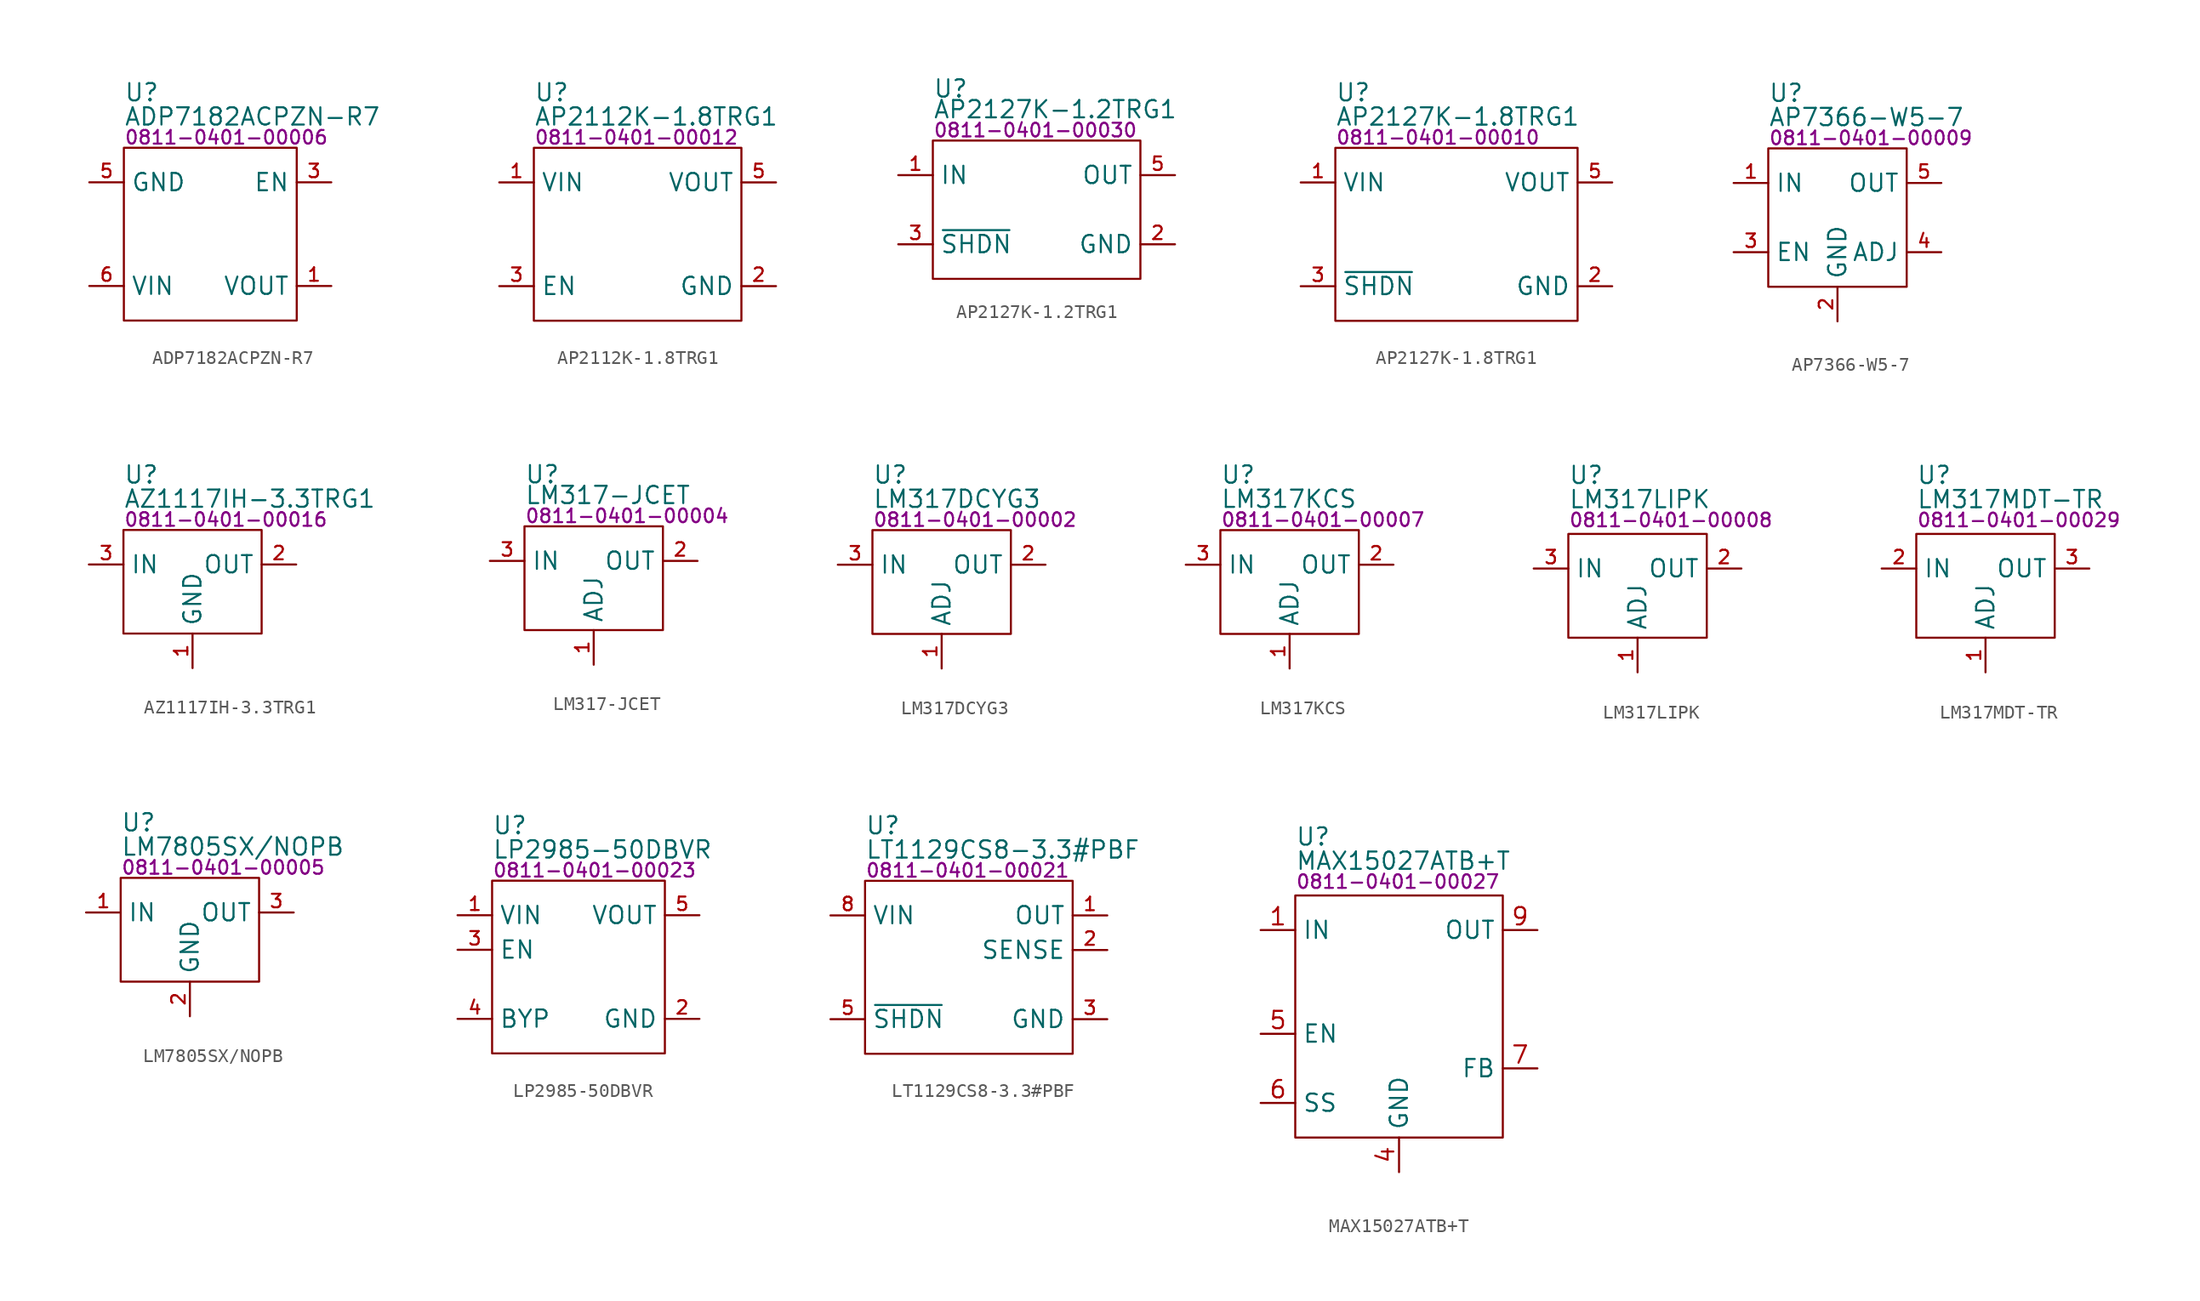
<source format=kicad_sym>
(kicad_symbol_lib
  (version 20231120)
  (generator "kicad_symbol_editor")
  (generator_version "8.0")
  (symbol "ADP7182ACPZN-R7"
    (property "Reference" "U"
      (at 0 4.064 0)
      (effects (font (size 1.27 1.27)) (justify left)))
    (property "Value" "ADP7182ACPZN-R7"
      (at 0 2.286 0)
      (effects (font (size 1.27 1.27)) (justify left)))
    (property "PartNumber" "0811-0401-00006"
      (at 0 0.762 0)
      (effects (font (size 1 1)) (justify left)))
    (symbol "ADP7182ACPZN-R7_0_0"
      (pin power_out line (at 15.24 -10.16 180) (length 2.54) (name "VOUT" (effects (font (size 1.27 1.27)))) (number "1" (effects (font (size 0.991 0.991)))))
      (pin no_connect line (at 5.08 -5.08 0) (length 2.54) hide (name "NC" (effects (font (size 1.27 1.27)))) (number "2" (effects (font (size 0.991 0.991)))))
      (pin input line (at 15.24 -2.54 180) (length 2.54) (name "EN" (effects (font (size 1.27 1.27)))) (number "3" (effects (font (size 0.991 0.991)))))
      (pin no_connect line (at 5.08 -6.35 0) (length 2.54) hide (name "NC" (effects (font (size 1.27 1.27)))) (number "4" (effects (font (size 0.991 0.991)))))
      (pin power_in line (at -2.54 -2.54 0) (length 2.54) (name "GND" (effects (font (size 1.27 1.27)))) (number "5" (effects (font (size 0.991 0.991)))))
      (pin power_out line (at -2.54 -10.16 0) (length 2.54) (name "VIN" (effects (font (size 1.27 1.27)))) (number "6" (effects (font (size 0.991 0.991)))))
      (pin power_out line (at -2.54 -10.16 0) (length 2.54) hide (name "VIN" (effects (font (size 1.27 1.27)))) (number "7" (effects (font (size 0.991 0.991))))))
    (symbol "ADP7182ACPZN-R7_0_1"
      (rectangle (start 0 0) (end 12.7 -12.7) (stroke (width 0) (type default)) (fill (type none)))))
  (symbol "AP2112K-1.8TRG1"
    (property "Reference" "U"
      (at 0 4.064 0)
      (effects (font (size 1.27 1.27)) (justify left)))
    (property "Value" "AP2112K-1.8TRG1"
      (at 0 2.286 0)
      (effects (font (size 1.27 1.27)) (justify left)))
    (property "PartNumber" "0811-0401-00012"
      (at 0 0.762 0)
      (effects (font (size 1 1)) (justify left)))
    (symbol "AP2112K-1.8TRG1_0_0"
      (pin power_in line (at -2.54 -2.54 0) (length 2.54) (name "VIN" (effects (font (size 1.27 1.27)))) (number "1" (effects (font (size 0.991 0.991)))))
      (pin power_in line (at 17.78 -10.16 180) (length 2.54) (name "GND" (effects (font (size 1.27 1.27)))) (number "2" (effects (font (size 0.991 0.991)))))
      (pin input line (at -2.54 -10.16 0) (length 2.54) (name "EN" (effects (font (size 1.27 1.27)))) (number "3" (effects (font (size 0.991 0.991)))))
      (pin no_connect line (at 3.81 -5.08 0) (length 2.54) hide (name "NC" (effects (font (size 1.27 1.27)))) (number "4" (effects (font (size 0.991 0.991)))))
      (pin power_out line (at 17.78 -2.54 180) (length 2.54) (name "VOUT" (effects (font (size 1.27 1.27)))) (number "5" (effects (font (size 0.991 0.991))))))
    (symbol "AP2112K-1.8TRG1_0_1"
      (rectangle (start 0 0) (end 15.24 -12.7) (stroke (width 0) (type default)) (fill (type none)))))
  (symbol "AP2127K-1.2TRG1"
    (property "Reference" "U"
      (at 0 3.81 0)
      (effects (font (size 1.27 1.27)) (justify left)))
    (property "Value" "AP2127K-1.2TRG1"
      (at 0 2.286 0)
      (effects (font (size 1.27 1.27)) (justify left)))
    (property "PartNumber" "0811-0401-00030"
      (at 0 0.762 0)
      (effects (font (size 1 1)) (justify left)))
    (symbol "AP2127K-1.2TRG1_0_0"
      (pin power_in line (at -2.54 -2.54 0) (length 2.54) (name "IN" (effects (font (size 1.27 1.27)))) (number "1" (effects (font (size 0.991 0.991)))))
      (pin power_in line (at 17.78 -7.62 180) (length 2.54) (name "GND" (effects (font (size 1.27 1.27)))) (number "2" (effects (font (size 0.991 0.991)))))
      (pin input line (at -2.54 -7.62 0) (length 2.54) (name "~{SHDN}" (effects (font (size 1.27 1.27)))) (number "3" (effects (font (size 0.991 0.991)))))
      (pin no_connect line (at 5.08 -5.08 0) (length 2.54) hide (name "NC" (effects (font (size 1.27 1.27)))) (number "4" (effects (font (size 0.991 0.991)))))
      (pin power_out line (at 17.78 -2.54 180) (length 2.54) (name "OUT" (effects (font (size 1.27 1.27)))) (number "5" (effects (font (size 0.991 0.991))))))
    (symbol "AP2127K-1.2TRG1_0_1"
      (rectangle (start 0 0) (end 15.24 -10.16) (stroke (width 0) (type default)) (fill (type none)))))
  (symbol "AP2127K-1.8TRG1"
    (property "Reference" "U"
      (at 0 4.064 0)
      (effects (font (size 1.27 1.27)) (justify left)))
    (property "Value" "AP2127K-1.8TRG1"
      (at 0 2.286 0)
      (effects (font (size 1.27 1.27)) (justify left)))
    (property "PartNumber" "0811-0401-00010"
      (at 0 0.762 0)
      (effects (font (size 1 1)) (justify left)))
    (symbol "AP2127K-1.8TRG1_0_0"
      (pin power_in line (at -2.54 -2.54 0) (length 2.54) (name "VIN" (effects (font (size 1.27 1.27)))) (number "1" (effects (font (size 0.991 0.991)))))
      (pin power_in line (at 20.32 -10.16 180) (length 2.54) (name "GND" (effects (font (size 1.27 1.27)))) (number "2" (effects (font (size 0.991 0.991)))))
      (pin input line (at -2.54 -10.16 0) (length 2.54) (name "~{SHDN}" (effects (font (size 1.27 1.27)))) (number "3" (effects (font (size 0.991 0.991)))))
      (pin no_connect line (at 5.08 -6.35 0) (length 2.54) hide (name "NC" (effects (font (size 1.27 1.27)))) (number "4" (effects (font (size 0.991 0.991)))))
      (pin power_out line (at 20.32 -2.54 180) (length 2.54) (name "VOUT" (effects (font (size 1.27 1.27)))) (number "5" (effects (font (size 0.991 0.991))))))
    (symbol "AP2127K-1.8TRG1_0_1"
      (rectangle (start 0 0) (end 17.78 -12.7) (stroke (width 0) (type default)) (fill (type none)))))
  (symbol "AP7366-W5-7"
    (property "Reference" "U"
      (at 0 4.064 0)
      (effects (font (size 1.27 1.27)) (justify left)))
    (property "Value" "AP7366-W5-7"
      (at 0 2.286 0)
      (effects (font (size 1.27 1.27)) (justify left)))
    (property "PartNumber" "0811-0401-00009"
      (at 0 0.762 0)
      (effects (font (size 1 1)) (justify left)))
    (symbol "AP7366-W5-7_0_0"
      (pin power_in line (at -2.54 -2.54 0) (length 2.54) (name "IN" (effects (font (size 1.27 1.27)))) (number "1" (effects (font (size 0.991 0.991)))))
      (pin power_in line (at 5.08 -12.7 90) (length 2.54) (name "GND" (effects (font (size 1.27 1.27)))) (number "2" (effects (font (size 0.991 0.991)))))
      (pin input line (at -2.54 -7.62 0) (length 2.54) (name "EN" (effects (font (size 1.27 1.27)))) (number "3" (effects (font (size 0.991 0.991)))))
      (pin input line (at 12.7 -7.62 180) (length 2.54) (name "ADJ" (effects (font (size 1.27 1.27)))) (number "4" (effects (font (size 0.991 0.991)))))
      (pin power_out line (at 12.7 -2.54 180) (length 2.54) (name "OUT" (effects (font (size 1.27 1.27)))) (number "5" (effects (font (size 0.991 0.991))))))
    (symbol "AP7366-W5-7_0_1"
      (rectangle (start 0 0) (end 10.16 -10.16) (stroke (width 0) (type default)) (fill (type none)))))
  (symbol "AZ1117IH-3.3TRG1"
    (property "Reference" "U"
      (at 0 4.064 0)
      (effects (font (size 1.27 1.27)) (justify left)))
    (property "Value" "AZ1117IH-3.3TRG1"
      (at 0 2.286 0)
      (effects (font (size 1.27 1.27)) (justify left)))
    (property "PartNumber" "0811-0401-00016"
      (at 0 0.762 0)
      (effects (font (size 1 1)) (justify left)))
    (symbol "AZ1117IH-3.3TRG1_0_0"
      (pin power_in line (at 5.08 -10.16 90) (length 2.54) (name "GND" (effects (font (size 1.27 1.27)))) (number "1" (effects (font (size 0.991 0.991)))))
      (pin power_out line (at 12.7 -2.54 180) (length 2.54) (name "OUT" (effects (font (size 1.27 1.27)))) (number "2" (effects (font (size 0.991 0.991)))))
      (pin power_in line (at -2.54 -2.54 0) (length 2.54) (name "IN" (effects (font (size 1.27 1.27)))) (number "3" (effects (font (size 0.991 0.991))))))
    (symbol "AZ1117IH-3.3TRG1_0_1"
      (rectangle (start 0 0) (end 10.16 -7.62) (stroke (width 0) (type default)) (fill (type none))))
    (symbol "AZ1117IH-3.3TRG1_1_0"
      (pin power_out line (at 12.7 -2.54 180) (length 2.54) hide (name "OUT" (effects (font (size 1.27 1.27)))) (number "4" (effects (font (size 0.991 0.991)))))))
  (symbol "LM317-JCET"
    (property "Reference" "U"
      (at 0 3.81 0)
      (effects (font (size 1.27 1.27)) (justify left)))
    (property "Value" "LM317-JCET"
      (at 0 2.286 0)
      (effects (font (size 1.27 1.27)) (justify left)))
    (property "PartNumber" "0811-0401-00004"
      (at 0 0.762 0)
      (effects (font (size 1 1)) (justify left)))
    (symbol "LM317-JCET_0_0"
      (pin input line (at 5.08 -10.16 90) (length 2.54) (name "ADJ" (effects (font (size 1.27 1.27)))) (number "1" (effects (font (size 0.991 0.991)))))
      (pin power_out line (at 12.7 -2.54 180) (length 2.54) (name "OUT" (effects (font (size 1.27 1.27)))) (number "2" (effects (font (size 0.991 0.991)))))
      (pin power_in line (at -2.54 -2.54 0) (length 2.54) (name "IN" (effects (font (size 1.27 1.27)))) (number "3" (effects (font (size 0.991 0.991)))))
      (pin power_out line (at 12.7 -2.54 180) (length 2.54) hide (name "OUT" (effects (font (size 1.27 1.27)))) (number "4" (effects (font (size 0.991 0.991))))))
    (symbol "LM317-JCET_0_1"
      (rectangle (start 0 0) (end 10.16 -7.62) (stroke (width 0) (type default)) (fill (type none)))))
  (symbol "LM317DCYG3"
    (property "Reference" "U"
      (at 0 4.064 0)
      (effects (font (size 1.27 1.27)) (justify left)))
    (property "Value" "LM317DCYG3"
      (at 0 2.286 0)
      (effects (font (size 1.27 1.27)) (justify left)))
    (property "PartNumber" "0811-0401-00002"
      (at 0 0.762 0)
      (effects (font (size 1 1)) (justify left)))
    (symbol "LM317DCYG3_0_0"
      (pin input line (at 5.08 -10.16 90) (length 2.54) (name "ADJ" (effects (font (size 1.27 1.27)))) (number "1" (effects (font (size 0.991 0.991)))))
      (pin power_out line (at 12.7 -2.54 180) (length 2.54) (name "OUT" (effects (font (size 1.27 1.27)))) (number "2" (effects (font (size 0.991 0.991)))))
      (pin power_in line (at -2.54 -2.54 0) (length 2.54) (name "IN" (effects (font (size 1.27 1.27)))) (number "3" (effects (font (size 0.991 0.991)))))
      (pin power_out line (at 12.7 -2.54 180) (length 2.54) hide (name "OUT" (effects (font (size 1.27 1.27)))) (number "4" (effects (font (size 0.991 0.991))))))
    (symbol "LM317DCYG3_0_1"
      (rectangle (start 0 0) (end 10.16 -7.62) (stroke (width 0) (type default)) (fill (type none)))))
  (symbol "LM317KCS"
    (property "Reference" "U"
      (at 0 4.064 0)
      (effects (font (size 1.27 1.27)) (justify left)))
    (property "Value" "LM317KCS"
      (at 0 2.286 0)
      (effects (font (size 1.27 1.27)) (justify left)))
    (property "PartNumber" "0811-0401-00007"
      (at 0 0.762 0)
      (effects (font (size 1 1)) (justify left)))
    (symbol "LM317KCS_0_0"
      (pin input line (at 5.08 -10.16 90) (length 2.54) (name "ADJ" (effects (font (size 1.27 1.27)))) (number "1" (effects (font (size 0.991 0.991)))))
      (pin power_out line (at 12.7 -2.54 180) (length 2.54) (name "OUT" (effects (font (size 1.27 1.27)))) (number "2" (effects (font (size 0.991 0.991)))))
      (pin power_in line (at -2.54 -2.54 0) (length 2.54) (name "IN" (effects (font (size 1.27 1.27)))) (number "3" (effects (font (size 0.991 0.991))))))
    (symbol "LM317KCS_0_1"
      (rectangle (start 0 0) (end 10.16 -7.62) (stroke (width 0) (type default)) (fill (type none)))))
  (symbol "LM317LIPK"
    (property "Reference" "U"
      (at 0 4.318 0)
      (effects (font (size 1.27 1.27)) (justify left)))
    (property "Value" "LM317LIPK"
      (at 0 2.54 0)
      (effects (font (size 1.27 1.27)) (justify left)))
    (property "PartNumber" "0811-0401-00008"
      (at 0 1.016 0)
      (effects (font (size 1 1)) (justify left)))
    (symbol "LM317LIPK_0_0"
      (pin input line (at 5.08 -10.16 90) (length 2.54) (name "ADJ" (effects (font (size 1.27 1.27)))) (number "1" (effects (font (size 0.991 0.991))))))
    (symbol "LM317LIPK_0_1"
      (rectangle (start 0 0) (end 10.16 -7.62) (stroke (width 0) (type default)) (fill (type none))))
    (symbol "LM317LIPK_1_0"
      (pin power_out line (at 12.7 -2.54 180) (length 2.54) (name "OUT" (effects (font (size 1.27 1.27)))) (number "2" (effects (font (size 0.991 0.991)))))
      (pin power_in line (at -2.54 -2.54 0) (length 2.54) (name "IN" (effects (font (size 1.27 1.27)))) (number "3" (effects (font (size 0.991 0.991)))))))
  (symbol "LM317MDT-TR"
    (property "Reference" "U"
      (at 0 4.318 0)
      (effects (font (size 1.27 1.27)) (justify left)))
    (property "Value" "LM317MDT-TR"
      (at 0 2.54 0)
      (effects (font (size 1.27 1.27)) (justify left)))
    (property "PartNumber" "0811-0401-00029"
      (at 0 1.016 0)
      (effects (font (size 1 1)) (justify left)))
    (symbol "LM317MDT-TR_0_0"
      (pin input line (at 5.08 -10.16 90) (length 2.54) (name "ADJ" (effects (font (size 1.27 1.27)))) (number "1" (effects (font (size 0.991 0.991))))))
    (symbol "LM317MDT-TR_0_1"
      (rectangle (start 0 0) (end 10.16 -7.62) (stroke (width 0) (type default)) (fill (type none))))
    (symbol "LM317MDT-TR_1_0"
      (pin power_in line (at -2.54 -2.54 0) (length 2.54) (name "IN" (effects (font (size 1.27 1.27)))) (number "2" (effects (font (size 0.991 0.991)))))
      (pin power_out line (at 12.7 -2.54 180) (length 2.54) (name "OUT" (effects (font (size 1.27 1.27)))) (number "3" (effects (font (size 0.991 0.991)))))))
  (symbol "LM7805SX/NOPB"
    (property "Reference" "U"
      (at 0 4.064 0)
      (effects (font (size 1.27 1.27)) (justify left)))
    (property "Value" "LM7805SX/NOPB"
      (at 0 2.286 0)
      (effects (font (size 1.27 1.27)) (justify left)))
    (property "PartNumber" "0811-0401-00005"
      (at 0 0.762 0)
      (effects (font (size 1 1)) (justify left)))
    (symbol "LM7805SX/NOPB_0_0"
      (pin power_in line (at -2.54 -2.54 0) (length 2.54) (name "IN" (effects (font (size 1.27 1.27)))) (number "1" (effects (font (size 0.991 0.991)))))
      (pin power_in line (at 5.08 -10.16 90) (length 2.54) (name "GND" (effects (font (size 1.27 1.27)))) (number "2" (effects (font (size 0.991 0.991)))))
      (pin power_out line (at 12.7 -2.54 180) (length 2.54) (name "OUT" (effects (font (size 1.27 1.27)))) (number "3" (effects (font (size 0.991 0.991)))))
      (pin power_in line (at 5.08 -10.16 90) (length 2.54) hide (name "GND" (effects (font (size 1.27 1.27)))) (number "4" (effects (font (size 0.991 0.991))))))
    (symbol "LM7805SX/NOPB_0_1"
      (rectangle (start 0 0) (end 10.16 -7.62) (stroke (width 0) (type default)) (fill (type none)))))
  (symbol "LP2985-50DBVR"
    (property "Reference" "U"
      (at 0 4.064 0)
      (effects (font (size 1.27 1.27)) (justify left)))
    (property "Value" "LP2985-50DBVR"
      (at 0 2.286 0)
      (effects (font (size 1.27 1.27)) (justify left)))
    (property "PartNumber" "0811-0401-00023"
      (at 0 0.762 0)
      (effects (font (size 1 1)) (justify left)))
    (symbol "LP2985-50DBVR_0_0"
      (pin power_in line (at -2.54 -2.54 0) (length 2.54) (name "VIN" (effects (font (size 1.27 1.27)))) (number "1" (effects (font (size 0.991 0.991)))))
      (pin power_in line (at 15.24 -10.16 180) (length 2.54) (name "GND" (effects (font (size 1.27 1.27)))) (number "2" (effects (font (size 0.991 0.991)))))
      (pin input line (at -2.54 -5.08 0) (length 2.54) (name "EN" (effects (font (size 1.27 1.27)))) (number "3" (effects (font (size 0.991 0.991)))))
      (pin input line (at -2.54 -10.16 0) (length 2.54) (name "BYP" (effects (font (size 1.27 1.27)))) (number "4" (effects (font (size 0.991 0.991)))))
      (pin power_out line (at 15.24 -2.54 180) (length 2.54) (name "VOUT" (effects (font (size 1.27 1.27)))) (number "5" (effects (font (size 0.991 0.991))))))
    (symbol "LP2985-50DBVR_0_1"
      (rectangle (start 0 0) (end 12.7 -12.7) (stroke (width 0) (type default)) (fill (type none)))))
  (symbol "LT1129CS8-3.3#PBF"
    (property "Reference" "U"
      (at 0 4.064 0)
      (effects (font (size 1.27 1.27)) (justify left)))
    (property "Value" "LT1129CS8-3.3#PBF"
      (at 0 2.286 0)
      (effects (font (size 1.27 1.27)) (justify left)))
    (property "PartNumber" "0811-0401-00021"
      (at 0 0.762 0)
      (effects (font (size 1 1)) (justify left)))
    (symbol "LT1129CS8-3.3#PBF_0_0"
      (pin power_out line (at 17.78 -2.54 180) (length 2.54) (name "OUT" (effects (font (size 1.27 1.27)))) (number "1" (effects (font (size 0.991 0.991)))))
      (pin input line (at 17.78 -5.08 180) (length 2.54) (name "SENSE" (effects (font (size 1.27 1.27)))) (number "2" (effects (font (size 0.991 0.991)))))
      (pin power_in line (at 17.78 -10.16 180) (length 2.54) (name "GND" (effects (font (size 1.27 1.27)))) (number "3" (effects (font (size 0.991 0.991)))))
      (pin no_connect line (at 2.54 -5.08 0) (length 2.54) hide (name "NC" (effects (font (size 1.27 1.27)))) (number "4" (effects (font (size 0.991 0.991)))))
      (pin input line (at -2.54 -10.16 0) (length 2.54) (name "~{SHDN}" (effects (font (size 1.27 1.27)))) (number "5" (effects (font (size 0.991 0.991)))))
      (pin power_in line (at 17.78 -10.16 180) (length 2.54) hide (name "GND" (effects (font (size 1.27 1.27)))) (number "6" (effects (font (size 0.991 0.991)))))
      (pin power_in line (at 17.78 -10.16 180) (length 2.54) hide (name "GND" (effects (font (size 1.27 1.27)))) (number "7" (effects (font (size 0.991 0.991)))))
      (pin power_in line (at -2.54 -2.54 0) (length 2.54) (name "VIN" (effects (font (size 1.27 1.27)))) (number "8" (effects (font (size 0.991 0.991))))))
    (symbol "LT1129CS8-3.3#PBF_0_1"
      (rectangle (start 0 0) (end 15.24 -12.7) (stroke (width 0) (type default)) (fill (type none)))))
  (symbol "MAX15027ATB+T"
    (property "Reference" "U"
      (at 0 6.858 0)
      (effects (font (size 1.27 1.27)) (justify left)))
    (property "Value" "MAX15027ATB+T"
      (at 0 5.08 0)
      (effects (font (size 1.27 1.27)) (justify left)))
    (property "PartNumber" "0811-0401-00027"
      (at 0 3.556 0)
      (effects (font (size 1 1)) (justify left)))
    (symbol "MAX15027ATB+T_0_0"
      (pin power_in line (at -2.54 0 0) (length 2.54) (name "IN" (effects (font (size 1.27 1.27)))) (number "1" (effects (font (size 1.27 1.27)))))
      (pin power_out line (at 17.78 0 180) (length 2.54) hide (name "OUT" (effects (font (size 1.27 1.27)))) (number "10" (effects (font (size 1.27 1.27)))))
      (pin power_in line (at 7.62 -17.78 90) (length 2.54) hide (name "GND" (effects (font (size 1.27 1.27)))) (number "11" (effects (font (size 1.27 1.27)))))
      (pin power_in line (at -2.54 0 0) (length 2.54) hide (name "IN" (effects (font (size 1.27 1.27)))) (number "2" (effects (font (size 1.27 1.27)))))
      (pin power_in line (at -2.54 0 0) (length 2.54) hide (name "IN" (effects (font (size 1.27 1.27)))) (number "3" (effects (font (size 1.27 1.27)))))
      (pin power_in line (at 7.62 -17.78 90) (length 2.54) (name "GND" (effects (font (size 1.27 1.27)))) (number "4" (effects (font (size 1.27 1.27)))))
      (pin input line (at -2.54 -7.62 0) (length 2.54) (name "EN" (effects (font (size 1.27 1.27)))) (number "5" (effects (font (size 1.27 1.27)))))
      (pin input line (at -2.54 -12.7 0) (length 2.54) (name "SS" (effects (font (size 1.27 1.27)))) (number "6" (effects (font (size 1.27 1.27)))))
      (pin input line (at 17.78 -10.16 180) (length 2.54) (name "FB" (effects (font (size 1.27 1.27)))) (number "7" (effects (font (size 1.27 1.27)))))
      (pin power_in line (at 7.62 -17.78 90) (length 2.54) hide (name "GND" (effects (font (size 1.27 1.27)))) (number "8" (effects (font (size 1.27 1.27)))))
      (pin power_out line (at 17.78 0 180) (length 2.54) (name "OUT" (effects (font (size 1.27 1.27)))) (number "9" (effects (font (size 1.27 1.27))))))
    (symbol "MAX15027ATB+T_0_1"
      (rectangle (start 0 2.54) (end 15.24 -15.24) (stroke (width 0) (type default)) (fill (type none))))))
</source>
